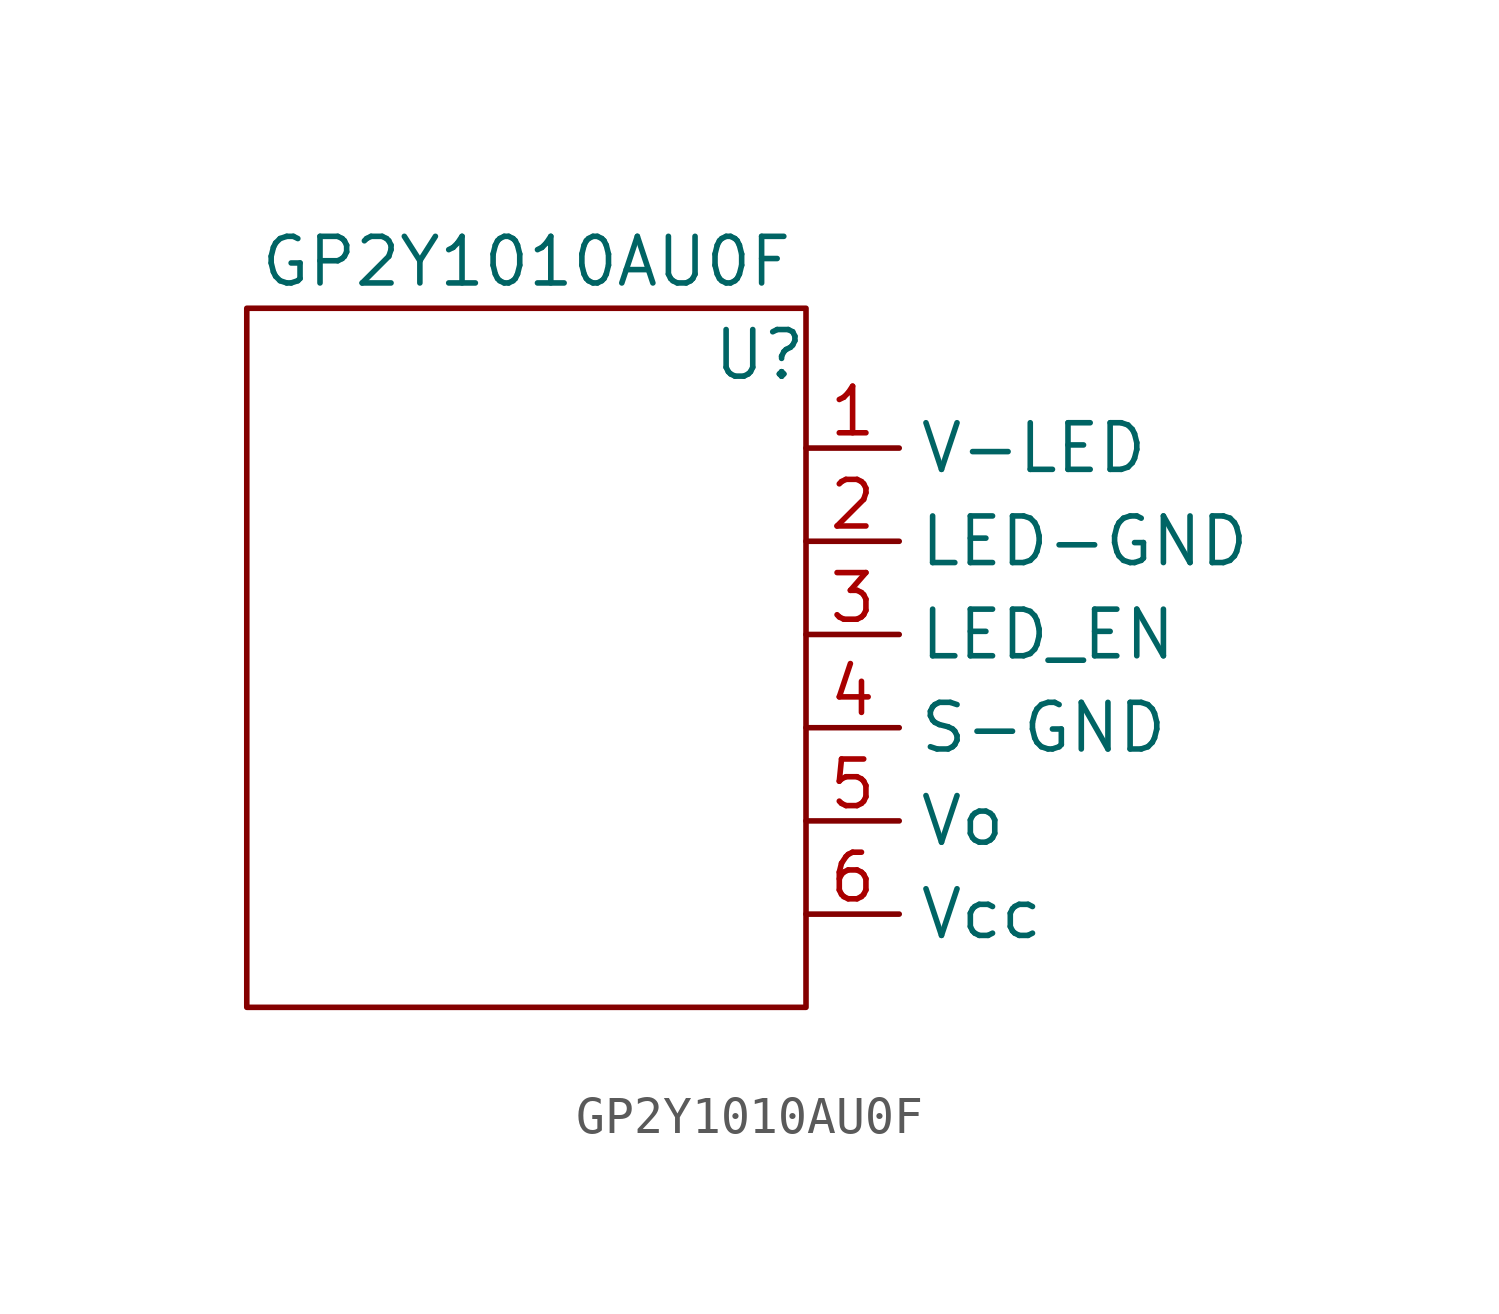
<source format=kicad_sym>
(kicad_symbol_lib
  (version 20211014)
  (generator kicad_symbol_editor)
  (symbol "GP2Y1010AU0F"
    (property "Reference" "U"
      (at 6.35 8.89 0)
      (effects (font (size 1.27 1.27))))
    (property "Value" "GP2Y1010AU0F"
      (at 0 11.43 0)
      (effects (font (size 1.27 1.27))))
    (symbol "GP2Y1010AU0F_0_1"
      (rectangle (start -7.62 10.16) (end 7.62 -8.89) (stroke (width 0) (type default) (color 0 0 0 0)) (fill (type none))))
    (symbol "GP2Y1010AU0F_1_1"
      (pin power_in line (at 7.62 6.35 0) (length 2.54) (name "V-LED" (effects (font (size 1.27 1.27)))) (number "1" (effects (font (size 1.27 1.27)))))
      (pin power_in line (at 7.62 3.81 0) (length 2.54) (name "LED-GND" (effects (font (size 1.27 1.27)))) (number "2" (effects (font (size 1.27 1.27)))))
      (pin input line (at 7.62 1.27 0) (length 2.54) (name "LED_EN" (effects (font (size 1.27 1.27)))) (number "3" (effects (font (size 1.27 1.27)))))
      (pin power_in line (at 7.62 -1.27 0) (length 2.54) (name "S-GND" (effects (font (size 1.27 1.27)))) (number "4" (effects (font (size 1.27 1.27)))))
      (pin output line (at 7.62 -3.81 0) (length 2.54) (name "Vo" (effects (font (size 1.27 1.27)))) (number "5" (effects (font (size 1.27 1.27)))))
      (pin power_in line (at 7.62 -6.35 0) (length 2.54) (name "Vcc" (effects (font (size 1.27 1.27)))) (number "6" (effects (font (size 1.27 1.27))))))))
</source>
